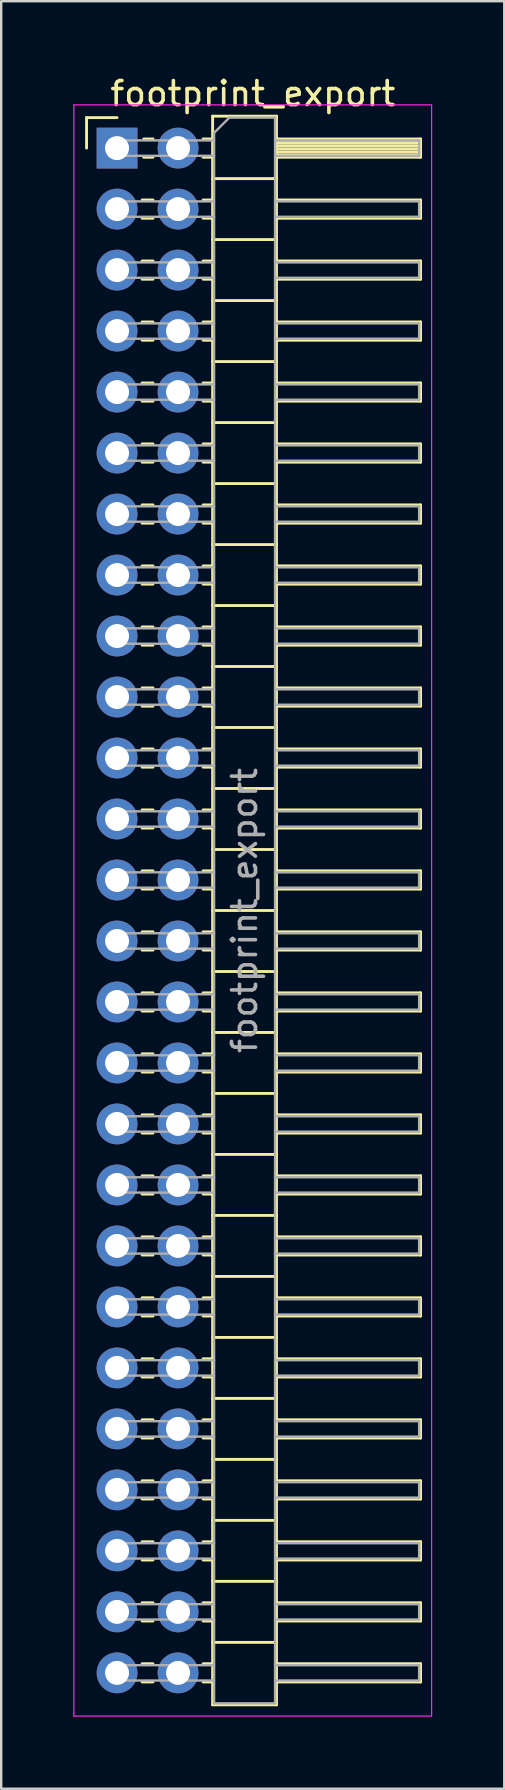
<source format=kicad_pcb>
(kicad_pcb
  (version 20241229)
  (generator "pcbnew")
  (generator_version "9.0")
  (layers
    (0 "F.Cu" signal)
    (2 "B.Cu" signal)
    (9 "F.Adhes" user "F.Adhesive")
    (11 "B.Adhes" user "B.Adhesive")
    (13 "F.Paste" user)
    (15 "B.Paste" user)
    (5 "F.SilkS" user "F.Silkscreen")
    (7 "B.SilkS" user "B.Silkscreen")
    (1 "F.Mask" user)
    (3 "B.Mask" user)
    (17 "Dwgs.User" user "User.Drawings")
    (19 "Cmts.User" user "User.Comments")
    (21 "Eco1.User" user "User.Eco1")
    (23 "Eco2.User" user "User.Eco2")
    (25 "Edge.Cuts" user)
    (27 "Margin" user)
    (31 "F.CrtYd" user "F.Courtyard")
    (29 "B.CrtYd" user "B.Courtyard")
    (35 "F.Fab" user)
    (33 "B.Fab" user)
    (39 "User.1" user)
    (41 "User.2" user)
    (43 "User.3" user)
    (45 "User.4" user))
  (footprint "footprint_export"
    (layer "F.Cu")
    (at 1.825 3.118)
    (property "Reference" "footprint_export" (at 5.655 -2.27 0) (layer "F.SilkS") (effects (font (size 1 1) (thickness 0.15))))
    (attr through_hole)
    (fp_line (start -1.27 -1.27) (end 0 -1.27) (stroke (width 0.12) (type solid)) (layer "F.SilkS"))
    (fp_line (start -1.27 0) (end -1.27 -1.27) (stroke (width 0.12) (type solid)) (layer "F.SilkS"))
    (fp_line (start 1.043 2.16) (end 1.497 2.16) (stroke (width 0.12) (type solid)) (layer "F.SilkS"))
    (fp_line (start 1.043 2.92) (end 1.497 2.92) (stroke (width 0.12) (type solid)) (layer "F.SilkS"))
    (fp_line (start 1.043 4.7) (end 1.497 4.7) (stroke (width 0.12) (type solid)) (layer "F.SilkS"))
    (fp_line (start 1.043 5.46) (end 1.497 5.46) (stroke (width 0.12) (type solid)) (layer "F.SilkS"))
    (fp_line (start 1.043 7.24) (end 1.497 7.24) (stroke (width 0.12) (type solid)) (layer "F.SilkS"))
    (fp_line (start 1.043 8) (end 1.497 8) (stroke (width 0.12) (type solid)) (layer "F.SilkS"))
    (fp_line (start 1.043 9.78) (end 1.497 9.78) (stroke (width 0.12) (type solid)) (layer "F.SilkS"))
    (fp_line (start 1.043 10.54) (end 1.497 10.54) (stroke (width 0.12) (type solid)) (layer "F.SilkS"))
    (fp_line (start 1.043 12.32) (end 1.497 12.32) (stroke (width 0.12) (type solid)) (layer "F.SilkS"))
    (fp_line (start 1.043 13.08) (end 1.497 13.08) (stroke (width 0.12) (type solid)) (layer "F.SilkS"))
    (fp_line (start 1.043 14.86) (end 1.497 14.86) (stroke (width 0.12) (type solid)) (layer "F.SilkS"))
    (fp_line (start 1.043 15.62) (end 1.497 15.62) (stroke (width 0.12) (type solid)) (layer "F.SilkS"))
    (fp_line (start 1.043 17.4) (end 1.497 17.4) (stroke (width 0.12) (type solid)) (layer "F.SilkS"))
    (fp_line (start 1.043 18.16) (end 1.497 18.16) (stroke (width 0.12) (type solid)) (layer "F.SilkS"))
    (fp_line (start 1.043 19.94) (end 1.497 19.94) (stroke (width 0.12) (type solid)) (layer "F.SilkS"))
    (fp_line (start 1.043 20.7) (end 1.497 20.7) (stroke (width 0.12) (type solid)) (layer "F.SilkS"))
    (fp_line (start 1.043 22.48) (end 1.497 22.48) (stroke (width 0.12) (type solid)) (layer "F.SilkS"))
    (fp_line (start 1.043 23.24) (end 1.497 23.24) (stroke (width 0.12) (type solid)) (layer "F.SilkS"))
    (fp_line (start 1.043 25.02) (end 1.497 25.02) (stroke (width 0.12) (type solid)) (layer "F.SilkS"))
    (fp_line (start 1.043 25.78) (end 1.497 25.78) (stroke (width 0.12) (type solid)) (layer "F.SilkS"))
    (fp_line (start 1.043 27.56) (end 1.497 27.56) (stroke (width 0.12) (type solid)) (layer "F.SilkS"))
    (fp_line (start 1.043 28.32) (end 1.497 28.32) (stroke (width 0.12) (type solid)) (layer "F.SilkS"))
    (fp_line (start 1.043 30.1) (end 1.497 30.1) (stroke (width 0.12) (type solid)) (layer "F.SilkS"))
    (fp_line (start 1.043 30.86) (end 1.497 30.86) (stroke (width 0.12) (type solid)) (layer "F.SilkS"))
    (fp_line (start 1.043 32.64) (end 1.497 32.64) (stroke (width 0.12) (type solid)) (layer "F.SilkS"))
    (fp_line (start 1.043 33.4) (end 1.497 33.4) (stroke (width 0.12) (type solid)) (layer "F.SilkS"))
    (fp_line (start 1.043 35.18) (end 1.497 35.18) (stroke (width 0.12) (type solid)) (layer "F.SilkS"))
    (fp_line (start 1.043 35.94) (end 1.497 35.94) (stroke (width 0.12) (type solid)) (layer "F.SilkS"))
    (fp_line (start 1.043 37.72) (end 1.497 37.72) (stroke (width 0.12) (type solid)) (layer "F.SilkS"))
    (fp_line (start 1.043 38.48) (end 1.497 38.48) (stroke (width 0.12) (type solid)) (layer "F.SilkS"))
    (fp_line (start 1.043 40.26) (end 1.497 40.26) (stroke (width 0.12) (type solid)) (layer "F.SilkS"))
    (fp_line (start 1.043 41.02) (end 1.497 41.02) (stroke (width 0.12) (type solid)) (layer "F.SilkS"))
    (fp_line (start 1.043 42.8) (end 1.497 42.8) (stroke (width 0.12) (type solid)) (layer "F.SilkS"))
    (fp_line (start 1.043 43.56) (end 1.497 43.56) (stroke (width 0.12) (type solid)) (layer "F.SilkS"))
    (fp_line (start 1.043 45.34) (end 1.497 45.34) (stroke (width 0.12) (type solid)) (layer "F.SilkS"))
    (fp_line (start 1.043 46.1) (end 1.497 46.1) (stroke (width 0.12) (type solid)) (layer "F.SilkS"))
    (fp_line (start 1.043 47.88) (end 1.497 47.88) (stroke (width 0.12) (type solid)) (layer "F.SilkS"))
    (fp_line (start 1.043 48.64) (end 1.497 48.64) (stroke (width 0.12) (type solid)) (layer "F.SilkS"))
    (fp_line (start 1.043 50.42) (end 1.497 50.42) (stroke (width 0.12) (type solid)) (layer "F.SilkS"))
    (fp_line (start 1.043 51.18) (end 1.497 51.18) (stroke (width 0.12) (type solid)) (layer "F.SilkS"))
    (fp_line (start 1.043 52.96) (end 1.497 52.96) (stroke (width 0.12) (type solid)) (layer "F.SilkS"))
    (fp_line (start 1.043 53.72) (end 1.497 53.72) (stroke (width 0.12) (type solid)) (layer "F.SilkS"))
    (fp_line (start 1.043 55.5) (end 1.497 55.5) (stroke (width 0.12) (type solid)) (layer "F.SilkS"))
    (fp_line (start 1.043 56.26) (end 1.497 56.26) (stroke (width 0.12) (type solid)) (layer "F.SilkS"))
    (fp_line (start 1.043 58.04) (end 1.497 58.04) (stroke (width 0.12) (type solid)) (layer "F.SilkS"))
    (fp_line (start 1.043 58.8) (end 1.497 58.8) (stroke (width 0.12) (type solid)) (layer "F.SilkS"))
    (fp_line (start 1.043 60.58) (end 1.497 60.58) (stroke (width 0.12) (type solid)) (layer "F.SilkS"))
    (fp_line (start 1.043 61.34) (end 1.497 61.34) (stroke (width 0.12) (type solid)) (layer "F.SilkS"))
    (fp_line (start 1.043 63.12) (end 1.497 63.12) (stroke (width 0.12) (type solid)) (layer "F.SilkS"))
    (fp_line (start 1.043 63.88) (end 1.497 63.88) (stroke (width 0.12) (type solid)) (layer "F.SilkS"))
    (fp_line (start 1.11 -0.38) (end 1.497 -0.38) (stroke (width 0.12) (type solid)) (layer "F.SilkS"))
    (fp_line (start 1.11 0.38) (end 1.497 0.38) (stroke (width 0.12) (type solid)) (layer "F.SilkS"))
    (fp_line (start 3.583 -0.38) (end 3.98 -0.38) (stroke (width 0.12) (type solid)) (layer "F.SilkS"))
    (fp_line (start 3.583 0.38) (end 3.98 0.38) (stroke (width 0.12) (type solid)) (layer "F.SilkS"))
    (fp_line (start 3.583 2.16) (end 3.98 2.16) (stroke (width 0.12) (type solid)) (layer "F.SilkS"))
    (fp_line (start 3.583 2.92) (end 3.98 2.92) (stroke (width 0.12) (type solid)) (layer "F.SilkS"))
    (fp_line (start 3.583 4.7) (end 3.98 4.7) (stroke (width 0.12) (type solid)) (layer "F.SilkS"))
    (fp_line (start 3.583 5.46) (end 3.98 5.46) (stroke (width 0.12) (type solid)) (layer "F.SilkS"))
    (fp_line (start 3.583 7.24) (end 3.98 7.24) (stroke (width 0.12) (type solid)) (layer "F.SilkS"))
    (fp_line (start 3.583 8) (end 3.98 8) (stroke (width 0.12) (type solid)) (layer "F.SilkS"))
    (fp_line (start 3.583 9.78) (end 3.98 9.78) (stroke (width 0.12) (type solid)) (layer "F.SilkS"))
    (fp_line (start 3.583 10.54) (end 3.98 10.54) (stroke (width 0.12) (type solid)) (layer "F.SilkS"))
    (fp_line (start 3.583 12.32) (end 3.98 12.32) (stroke (width 0.12) (type solid)) (layer "F.SilkS"))
    (fp_line (start 3.583 13.08) (end 3.98 13.08) (stroke (width 0.12) (type solid)) (layer "F.SilkS"))
    (fp_line (start 3.583 14.86) (end 3.98 14.86) (stroke (width 0.12) (type solid)) (layer "F.SilkS"))
    (fp_line (start 3.583 15.62) (end 3.98 15.62) (stroke (width 0.12) (type solid)) (layer "F.SilkS"))
    (fp_line (start 3.583 17.4) (end 3.98 17.4) (stroke (width 0.12) (type solid)) (layer "F.SilkS"))
    (fp_line (start 3.583 18.16) (end 3.98 18.16) (stroke (width 0.12) (type solid)) (layer "F.SilkS"))
    (fp_line (start 3.583 19.94) (end 3.98 19.94) (stroke (width 0.12) (type solid)) (layer "F.SilkS"))
    (fp_line (start 3.583 20.7) (end 3.98 20.7) (stroke (width 0.12) (type solid)) (layer "F.SilkS"))
    (fp_line (start 3.583 22.48) (end 3.98 22.48) (stroke (width 0.12) (type solid)) (layer "F.SilkS"))
    (fp_line (start 3.583 23.24) (end 3.98 23.24) (stroke (width 0.12) (type solid)) (layer "F.SilkS"))
    (fp_line (start 3.583 25.02) (end 3.98 25.02) (stroke (width 0.12) (type solid)) (layer "F.SilkS"))
    (fp_line (start 3.583 25.78) (end 3.98 25.78) (stroke (width 0.12) (type solid)) (layer "F.SilkS"))
    (fp_line (start 3.583 27.56) (end 3.98 27.56) (stroke (width 0.12) (type solid)) (layer "F.SilkS"))
    (fp_line (start 3.583 28.32) (end 3.98 28.32) (stroke (width 0.12) (type solid)) (layer "F.SilkS"))
    (fp_line (start 3.583 30.1) (end 3.98 30.1) (stroke (width 0.12) (type solid)) (layer "F.SilkS"))
    (fp_line (start 3.583 30.86) (end 3.98 30.86) (stroke (width 0.12) (type solid)) (layer "F.SilkS"))
    (fp_line (start 3.583 32.64) (end 3.98 32.64) (stroke (width 0.12) (type solid)) (layer "F.SilkS"))
    (fp_line (start 3.583 33.4) (end 3.98 33.4) (stroke (width 0.12) (type solid)) (layer "F.SilkS"))
    (fp_line (start 3.583 35.18) (end 3.98 35.18) (stroke (width 0.12) (type solid)) (layer "F.SilkS"))
    (fp_line (start 3.583 35.94) (end 3.98 35.94) (stroke (width 0.12) (type solid)) (layer "F.SilkS"))
    (fp_line (start 3.583 37.72) (end 3.98 37.72) (stroke (width 0.12) (type solid)) (layer "F.SilkS"))
    (fp_line (start 3.583 38.48) (end 3.98 38.48) (stroke (width 0.12) (type solid)) (layer "F.SilkS"))
    (fp_line (start 3.583 40.26) (end 3.98 40.26) (stroke (width 0.12) (type solid)) (layer "F.SilkS"))
    (fp_line (start 3.583 41.02) (end 3.98 41.02) (stroke (width 0.12) (type solid)) (layer "F.SilkS"))
    (fp_line (start 3.583 42.8) (end 3.98 42.8) (stroke (width 0.12) (type solid)) (layer "F.SilkS"))
    (fp_line (start 3.583 43.56) (end 3.98 43.56) (stroke (width 0.12) (type solid)) (layer "F.SilkS"))
    (fp_line (start 3.583 45.34) (end 3.98 45.34) (stroke (width 0.12) (type solid)) (layer "F.SilkS"))
    (fp_line (start 3.583 46.1) (end 3.98 46.1) (stroke (width 0.12) (type solid)) (layer "F.SilkS"))
    (fp_line (start 3.583 47.88) (end 3.98 47.88) (stroke (width 0.12) (type solid)) (layer "F.SilkS"))
    (fp_line (start 3.583 48.64) (end 3.98 48.64) (stroke (width 0.12) (type solid)) (layer "F.SilkS"))
    (fp_line (start 3.583 50.42) (end 3.98 50.42) (stroke (width 0.12) (type solid)) (layer "F.SilkS"))
    (fp_line (start 3.583 51.18) (end 3.98 51.18) (stroke (width 0.12) (type solid)) (layer "F.SilkS"))
    (fp_line (start 3.583 52.96) (end 3.98 52.96) (stroke (width 0.12) (type solid)) (layer "F.SilkS"))
    (fp_line (start 3.583 53.72) (end 3.98 53.72) (stroke (width 0.12) (type solid)) (layer "F.SilkS"))
    (fp_line (start 3.583 55.5) (end 3.98 55.5) (stroke (width 0.12) (type solid)) (layer "F.SilkS"))
    (fp_line (start 3.583 56.26) (end 3.98 56.26) (stroke (width 0.12) (type solid)) (layer "F.SilkS"))
    (fp_line (start 3.583 58.04) (end 3.98 58.04) (stroke (width 0.12) (type solid)) (layer "F.SilkS"))
    (fp_line (start 3.583 58.8) (end 3.98 58.8) (stroke (width 0.12) (type solid)) (layer "F.SilkS"))
    (fp_line (start 3.583 60.58) (end 3.98 60.58) (stroke (width 0.12) (type solid)) (layer "F.SilkS"))
    (fp_line (start 3.583 61.34) (end 3.98 61.34) (stroke (width 0.12) (type solid)) (layer "F.SilkS"))
    (fp_line (start 3.583 63.12) (end 3.98 63.12) (stroke (width 0.12) (type solid)) (layer "F.SilkS"))
    (fp_line (start 3.583 63.88) (end 3.98 63.88) (stroke (width 0.12) (type solid)) (layer "F.SilkS"))
    (fp_line (start 3.98 -1.33) (end 3.98 64.83) (stroke (width 0.12) (type solid)) (layer "F.SilkS"))
    (fp_line (start 3.98 1.27) (end 6.64 1.27) (stroke (width 0.12) (type solid)) (layer "F.SilkS"))
    (fp_line (start 3.98 3.81) (end 6.64 3.81) (stroke (width 0.12) (type solid)) (layer "F.SilkS"))
    (fp_line (start 3.98 6.35) (end 6.64 6.35) (stroke (width 0.12) (type solid)) (layer "F.SilkS"))
    (fp_line (start 3.98 8.89) (end 6.64 8.89) (stroke (width 0.12) (type solid)) (layer "F.SilkS"))
    (fp_line (start 3.98 11.43) (end 6.64 11.43) (stroke (width 0.12) (type solid)) (layer "F.SilkS"))
    (fp_line (start 3.98 13.97) (end 6.64 13.97) (stroke (width 0.12) (type solid)) (layer "F.SilkS"))
    (fp_line (start 3.98 16.51) (end 6.64 16.51) (stroke (width 0.12) (type solid)) (layer "F.SilkS"))
    (fp_line (start 3.98 19.05) (end 6.64 19.05) (stroke (width 0.12) (type solid)) (layer "F.SilkS"))
    (fp_line (start 3.98 21.59) (end 6.64 21.59) (stroke (width 0.12) (type solid)) (layer "F.SilkS"))
    (fp_line (start 3.98 24.13) (end 6.64 24.13) (stroke (width 0.12) (type solid)) (layer "F.SilkS"))
    (fp_line (start 3.98 26.67) (end 6.64 26.67) (stroke (width 0.12) (type solid)) (layer "F.SilkS"))
    (fp_line (start 3.98 29.21) (end 6.64 29.21) (stroke (width 0.12) (type solid)) (layer "F.SilkS"))
    (fp_line (start 3.98 31.75) (end 6.64 31.75) (stroke (width 0.12) (type solid)) (layer "F.SilkS"))
    (fp_line (start 3.98 34.29) (end 6.64 34.29) (stroke (width 0.12) (type solid)) (layer "F.SilkS"))
    (fp_line (start 3.98 36.83) (end 6.64 36.83) (stroke (width 0.12) (type solid)) (layer "F.SilkS"))
    (fp_line (start 3.98 39.37) (end 6.64 39.37) (stroke (width 0.12) (type solid)) (layer "F.SilkS"))
    (fp_line (start 3.98 41.91) (end 6.64 41.91) (stroke (width 0.12) (type solid)) (layer "F.SilkS"))
    (fp_line (start 3.98 44.45) (end 6.64 44.45) (stroke (width 0.12) (type solid)) (layer "F.SilkS"))
    (fp_line (start 3.98 46.99) (end 6.64 46.99) (stroke (width 0.12) (type solid)) (layer "F.SilkS"))
    (fp_line (start 3.98 49.53) (end 6.64 49.53) (stroke (width 0.12) (type solid)) (layer "F.SilkS"))
    (fp_line (start 3.98 52.07) (end 6.64 52.07) (stroke (width 0.12) (type solid)) (layer "F.SilkS"))
    (fp_line (start 3.98 54.61) (end 6.64 54.61) (stroke (width 0.12) (type solid)) (layer "F.SilkS"))
    (fp_line (start 3.98 57.15) (end 6.64 57.15) (stroke (width 0.12) (type solid)) (layer "F.SilkS"))
    (fp_line (start 3.98 59.69) (end 6.64 59.69) (stroke (width 0.12) (type solid)) (layer "F.SilkS"))
    (fp_line (start 3.98 62.23) (end 6.64 62.23) (stroke (width 0.12) (type solid)) (layer "F.SilkS"))
    (fp_line (start 3.98 64.83) (end 6.64 64.83) (stroke (width 0.12) (type solid)) (layer "F.SilkS"))
    (fp_line (start 6.64 -1.33) (end 3.98 -1.33) (stroke (width 0.12) (type solid)) (layer "F.SilkS"))
    (fp_line (start 6.64 -0.38) (end 12.64 -0.38) (stroke (width 0.12) (type solid)) (layer "F.SilkS"))
    (fp_line (start 6.64 -0.32) (end 12.64 -0.32) (stroke (width 0.12) (type solid)) (layer "F.SilkS"))
    (fp_line (start 6.64 -0.2) (end 12.64 -0.2) (stroke (width 0.12) (type solid)) (layer "F.SilkS"))
    (fp_line (start 6.64 -0.08) (end 12.64 -0.08) (stroke (width 0.12) (type solid)) (layer "F.SilkS"))
    (fp_line (start 6.64 0.04) (end 12.64 0.04) (stroke (width 0.12) (type solid)) (layer "F.SilkS"))
    (fp_line (start 6.64 0.16) (end 12.64 0.16) (stroke (width 0.12) (type solid)) (layer "F.SilkS"))
    (fp_line (start 6.64 0.28) (end 12.64 0.28) (stroke (width 0.12) (type solid)) (layer "F.SilkS"))
    (fp_line (start 6.64 2.16) (end 12.64 2.16) (stroke (width 0.12) (type solid)) (layer "F.SilkS"))
    (fp_line (start 6.64 4.7) (end 12.64 4.7) (stroke (width 0.12) (type solid)) (layer "F.SilkS"))
    (fp_line (start 6.64 7.24) (end 12.64 7.24) (stroke (width 0.12) (type solid)) (layer "F.SilkS"))
    (fp_line (start 6.64 9.78) (end 12.64 9.78) (stroke (width 0.12) (type solid)) (layer "F.SilkS"))
    (fp_line (start 6.64 12.32) (end 12.64 12.32) (stroke (width 0.12) (type solid)) (layer "F.SilkS"))
    (fp_line (start 6.64 14.86) (end 12.64 14.86) (stroke (width 0.12) (type solid)) (layer "F.SilkS"))
    (fp_line (start 6.64 17.4) (end 12.64 17.4) (stroke (width 0.12) (type solid)) (layer "F.SilkS"))
    (fp_line (start 6.64 19.94) (end 12.64 19.94) (stroke (width 0.12) (type solid)) (layer "F.SilkS"))
    (fp_line (start 6.64 22.48) (end 12.64 22.48) (stroke (width 0.12) (type solid)) (layer "F.SilkS"))
    (fp_line (start 6.64 25.02) (end 12.64 25.02) (stroke (width 0.12) (type solid)) (layer "F.SilkS"))
    (fp_line (start 6.64 27.56) (end 12.64 27.56) (stroke (width 0.12) (type solid)) (layer "F.SilkS"))
    (fp_line (start 6.64 30.1) (end 12.64 30.1) (stroke (width 0.12) (type solid)) (layer "F.SilkS"))
    (fp_line (start 6.64 32.64) (end 12.64 32.64) (stroke (width 0.12) (type solid)) (layer "F.SilkS"))
    (fp_line (start 6.64 35.18) (end 12.64 35.18) (stroke (width 0.12) (type solid)) (layer "F.SilkS"))
    (fp_line (start 6.64 37.72) (end 12.64 37.72) (stroke (width 0.12) (type solid)) (layer "F.SilkS"))
    (fp_line (start 6.64 40.26) (end 12.64 40.26) (stroke (width 0.12) (type solid)) (layer "F.SilkS"))
    (fp_line (start 6.64 42.8) (end 12.64 42.8) (stroke (width 0.12) (type solid)) (layer "F.SilkS"))
    (fp_line (start 6.64 45.34) (end 12.64 45.34) (stroke (width 0.12) (type solid)) (layer "F.SilkS"))
    (fp_line (start 6.64 47.88) (end 12.64 47.88) (stroke (width 0.12) (type solid)) (layer "F.SilkS"))
    (fp_line (start 6.64 50.42) (end 12.64 50.42) (stroke (width 0.12) (type solid)) (layer "F.SilkS"))
    (fp_line (start 6.64 52.96) (end 12.64 52.96) (stroke (width 0.12) (type solid)) (layer "F.SilkS"))
    (fp_line (start 6.64 55.5) (end 12.64 55.5) (stroke (width 0.12) (type solid)) (layer "F.SilkS"))
    (fp_line (start 6.64 58.04) (end 12.64 58.04) (stroke (width 0.12) (type solid)) (layer "F.SilkS"))
    (fp_line (start 6.64 60.58) (end 12.64 60.58) (stroke (width 0.12) (type solid)) (layer "F.SilkS"))
    (fp_line (start 6.64 63.12) (end 12.64 63.12) (stroke (width 0.12) (type solid)) (layer "F.SilkS"))
    (fp_line (start 6.64 64.83) (end 6.64 -1.33) (stroke (width 0.12) (type solid)) (layer "F.SilkS"))
    (fp_line (start 12.64 -0.38) (end 12.64 0.38) (stroke (width 0.12) (type solid)) (layer "F.SilkS"))
    (fp_line (start 12.64 0.38) (end 6.64 0.38) (stroke (width 0.12) (type solid)) (layer "F.SilkS"))
    (fp_line (start 12.64 2.16) (end 12.64 2.92) (stroke (width 0.12) (type solid)) (layer "F.SilkS"))
    (fp_line (start 12.64 2.92) (end 6.64 2.92) (stroke (width 0.12) (type solid)) (layer "F.SilkS"))
    (fp_line (start 12.64 4.7) (end 12.64 5.46) (stroke (width 0.12) (type solid)) (layer "F.SilkS"))
    (fp_line (start 12.64 5.46) (end 6.64 5.46) (stroke (width 0.12) (type solid)) (layer "F.SilkS"))
    (fp_line (start 12.64 7.24) (end 12.64 8) (stroke (width 0.12) (type solid)) (layer "F.SilkS"))
    (fp_line (start 12.64 8) (end 6.64 8) (stroke (width 0.12) (type solid)) (layer "F.SilkS"))
    (fp_line (start 12.64 9.78) (end 12.64 10.54) (stroke (width 0.12) (type solid)) (layer "F.SilkS"))
    (fp_line (start 12.64 10.54) (end 6.64 10.54) (stroke (width 0.12) (type solid)) (layer "F.SilkS"))
    (fp_line (start 12.64 12.32) (end 12.64 13.08) (stroke (width 0.12) (type solid)) (layer "F.SilkS"))
    (fp_line (start 12.64 13.08) (end 6.64 13.08) (stroke (width 0.12) (type solid)) (layer "F.SilkS"))
    (fp_line (start 12.64 14.86) (end 12.64 15.62) (stroke (width 0.12) (type solid)) (layer "F.SilkS"))
    (fp_line (start 12.64 15.62) (end 6.64 15.62) (stroke (width 0.12) (type solid)) (layer "F.SilkS"))
    (fp_line (start 12.64 17.4) (end 12.64 18.16) (stroke (width 0.12) (type solid)) (layer "F.SilkS"))
    (fp_line (start 12.64 18.16) (end 6.64 18.16) (stroke (width 0.12) (type solid)) (layer "F.SilkS"))
    (fp_line (start 12.64 19.94) (end 12.64 20.7) (stroke (width 0.12) (type solid)) (layer "F.SilkS"))
    (fp_line (start 12.64 20.7) (end 6.64 20.7) (stroke (width 0.12) (type solid)) (layer "F.SilkS"))
    (fp_line (start 12.64 22.48) (end 12.64 23.24) (stroke (width 0.12) (type solid)) (layer "F.SilkS"))
    (fp_line (start 12.64 23.24) (end 6.64 23.24) (stroke (width 0.12) (type solid)) (layer "F.SilkS"))
    (fp_line (start 12.64 25.02) (end 12.64 25.78) (stroke (width 0.12) (type solid)) (layer "F.SilkS"))
    (fp_line (start 12.64 25.78) (end 6.64 25.78) (stroke (width 0.12) (type solid)) (layer "F.SilkS"))
    (fp_line (start 12.64 27.56) (end 12.64 28.32) (stroke (width 0.12) (type solid)) (layer "F.SilkS"))
    (fp_line (start 12.64 28.32) (end 6.64 28.32) (stroke (width 0.12) (type solid)) (layer "F.SilkS"))
    (fp_line (start 12.64 30.1) (end 12.64 30.86) (stroke (width 0.12) (type solid)) (layer "F.SilkS"))
    (fp_line (start 12.64 30.86) (end 6.64 30.86) (stroke (width 0.12) (type solid)) (layer "F.SilkS"))
    (fp_line (start 12.64 32.64) (end 12.64 33.4) (stroke (width 0.12) (type solid)) (layer "F.SilkS"))
    (fp_line (start 12.64 33.4) (end 6.64 33.4) (stroke (width 0.12) (type solid)) (layer "F.SilkS"))
    (fp_line (start 12.64 35.18) (end 12.64 35.94) (stroke (width 0.12) (type solid)) (layer "F.SilkS"))
    (fp_line (start 12.64 35.94) (end 6.64 35.94) (stroke (width 0.12) (type solid)) (layer "F.SilkS"))
    (fp_line (start 12.64 37.72) (end 12.64 38.48) (stroke (width 0.12) (type solid)) (layer "F.SilkS"))
    (fp_line (start 12.64 38.48) (end 6.64 38.48) (stroke (width 0.12) (type solid)) (layer "F.SilkS"))
    (fp_line (start 12.64 40.26) (end 12.64 41.02) (stroke (width 0.12) (type solid)) (layer "F.SilkS"))
    (fp_line (start 12.64 41.02) (end 6.64 41.02) (stroke (width 0.12) (type solid)) (layer "F.SilkS"))
    (fp_line (start 12.64 42.8) (end 12.64 43.56) (stroke (width 0.12) (type solid)) (layer "F.SilkS"))
    (fp_line (start 12.64 43.56) (end 6.64 43.56) (stroke (width 0.12) (type solid)) (layer "F.SilkS"))
    (fp_line (start 12.64 45.34) (end 12.64 46.1) (stroke (width 0.12) (type solid)) (layer "F.SilkS"))
    (fp_line (start 12.64 46.1) (end 6.64 46.1) (stroke (width 0.12) (type solid)) (layer "F.SilkS"))
    (fp_line (start 12.64 47.88) (end 12.64 48.64) (stroke (width 0.12) (type solid)) (layer "F.SilkS"))
    (fp_line (start 12.64 48.64) (end 6.64 48.64) (stroke (width 0.12) (type solid)) (layer "F.SilkS"))
    (fp_line (start 12.64 50.42) (end 12.64 51.18) (stroke (width 0.12) (type solid)) (layer "F.SilkS"))
    (fp_line (start 12.64 51.18) (end 6.64 51.18) (stroke (width 0.12) (type solid)) (layer "F.SilkS"))
    (fp_line (start 12.64 52.96) (end 12.64 53.72) (stroke (width 0.12) (type solid)) (layer "F.SilkS"))
    (fp_line (start 12.64 53.72) (end 6.64 53.72) (stroke (width 0.12) (type solid)) (layer "F.SilkS"))
    (fp_line (start 12.64 55.5) (end 12.64 56.26) (stroke (width 0.12) (type solid)) (layer "F.SilkS"))
    (fp_line (start 12.64 56.26) (end 6.64 56.26) (stroke (width 0.12) (type solid)) (layer "F.SilkS"))
    (fp_line (start 12.64 58.04) (end 12.64 58.8) (stroke (width 0.12) (type solid)) (layer "F.SilkS"))
    (fp_line (start 12.64 58.8) (end 6.64 58.8) (stroke (width 0.12) (type solid)) (layer "F.SilkS"))
    (fp_line (start 12.64 60.58) (end 12.64 61.34) (stroke (width 0.12) (type solid)) (layer "F.SilkS"))
    (fp_line (start 12.64 61.34) (end 6.64 61.34) (stroke (width 0.12) (type solid)) (layer "F.SilkS"))
    (fp_line (start 12.64 63.12) (end 12.64 63.88) (stroke (width 0.12) (type solid)) (layer "F.SilkS"))
    (fp_line (start 12.64 63.88) (end 6.64 63.88) (stroke (width 0.12) (type solid)) (layer "F.SilkS"))
    (fp_line (start -1.8 -1.8) (end -1.8 65.3) (stroke (width 0.05) (type solid)) (layer "F.CrtYd"))
    (fp_line (start -1.8 65.3) (end 13.1 65.3) (stroke (width 0.05) (type solid)) (layer "F.CrtYd"))
    (fp_line (start 13.1 -1.8) (end -1.8 -1.8) (stroke (width 0.05) (type solid)) (layer "F.CrtYd"))
    (fp_line (start 13.1 65.3) (end 13.1 -1.8) (stroke (width 0.05) (type solid)) (layer "F.CrtYd"))
    (fp_line (start -0.32 -0.32) (end -0.32 0.32) (stroke (width 0.1) (type solid)) (layer "F.Fab"))
    (fp_line (start -0.32 -0.32) (end 4.04 -0.32) (stroke (width 0.1) (type solid)) (layer "F.Fab"))
    (fp_line (start -0.32 0.32) (end 4.04 0.32) (stroke (width 0.1) (type solid)) (layer "F.Fab"))
    (fp_line (start -0.32 2.22) (end -0.32 2.86) (stroke (width 0.1) (type solid)) (layer "F.Fab"))
    (fp_line (start -0.32 2.22) (end 4.04 2.22) (stroke (width 0.1) (type solid)) (layer "F.Fab"))
    (fp_line (start -0.32 2.86) (end 4.04 2.86) (stroke (width 0.1) (type solid)) (layer "F.Fab"))
    (fp_line (start -0.32 4.76) (end -0.32 5.4) (stroke (width 0.1) (type solid)) (layer "F.Fab"))
    (fp_line (start -0.32 4.76) (end 4.04 4.76) (stroke (width 0.1) (type solid)) (layer "F.Fab"))
    (fp_line (start -0.32 5.4) (end 4.04 5.4) (stroke (width 0.1) (type solid)) (layer "F.Fab"))
    (fp_line (start -0.32 7.3) (end -0.32 7.94) (stroke (width 0.1) (type solid)) (layer "F.Fab"))
    (fp_line (start -0.32 7.3) (end 4.04 7.3) (stroke (width 0.1) (type solid)) (layer "F.Fab"))
    (fp_line (start -0.32 7.94) (end 4.04 7.94) (stroke (width 0.1) (type solid)) (layer "F.Fab"))
    (fp_line (start -0.32 9.84) (end -0.32 10.48) (stroke (width 0.1) (type solid)) (layer "F.Fab"))
    (fp_line (start -0.32 9.84) (end 4.04 9.84) (stroke (width 0.1) (type solid)) (layer "F.Fab"))
    (fp_line (start -0.32 10.48) (end 4.04 10.48) (stroke (width 0.1) (type solid)) (layer "F.Fab"))
    (fp_line (start -0.32 12.38) (end -0.32 13.02) (stroke (width 0.1) (type solid)) (layer "F.Fab"))
    (fp_line (start -0.32 12.38) (end 4.04 12.38) (stroke (width 0.1) (type solid)) (layer "F.Fab"))
    (fp_line (start -0.32 13.02) (end 4.04 13.02) (stroke (width 0.1) (type solid)) (layer "F.Fab"))
    (fp_line (start -0.32 14.92) (end -0.32 15.56) (stroke (width 0.1) (type solid)) (layer "F.Fab"))
    (fp_line (start -0.32 14.92) (end 4.04 14.92) (stroke (width 0.1) (type solid)) (layer "F.Fab"))
    (fp_line (start -0.32 15.56) (end 4.04 15.56) (stroke (width 0.1) (type solid)) (layer "F.Fab"))
    (fp_line (start -0.32 17.46) (end -0.32 18.1) (stroke (width 0.1) (type solid)) (layer "F.Fab"))
    (fp_line (start -0.32 17.46) (end 4.04 17.46) (stroke (width 0.1) (type solid)) (layer "F.Fab"))
    (fp_line (start -0.32 18.1) (end 4.04 18.1) (stroke (width 0.1) (type solid)) (layer "F.Fab"))
    (fp_line (start -0.32 20) (end -0.32 20.64) (stroke (width 0.1) (type solid)) (layer "F.Fab"))
    (fp_line (start -0.32 20) (end 4.04 20) (stroke (width 0.1) (type solid)) (layer "F.Fab"))
    (fp_line (start -0.32 20.64) (end 4.04 20.64) (stroke (width 0.1) (type solid)) (layer "F.Fab"))
    (fp_line (start -0.32 22.54) (end -0.32 23.18) (stroke (width 0.1) (type solid)) (layer "F.Fab"))
    (fp_line (start -0.32 22.54) (end 4.04 22.54) (stroke (width 0.1) (type solid)) (layer "F.Fab"))
    (fp_line (start -0.32 23.18) (end 4.04 23.18) (stroke (width 0.1) (type solid)) (layer "F.Fab"))
    (fp_line (start -0.32 25.08) (end -0.32 25.72) (stroke (width 0.1) (type solid)) (layer "F.Fab"))
    (fp_line (start -0.32 25.08) (end 4.04 25.08) (stroke (width 0.1) (type solid)) (layer "F.Fab"))
    (fp_line (start -0.32 25.72) (end 4.04 25.72) (stroke (width 0.1) (type solid)) (layer "F.Fab"))
    (fp_line (start -0.32 27.62) (end -0.32 28.26) (stroke (width 0.1) (type solid)) (layer "F.Fab"))
    (fp_line (start -0.32 27.62) (end 4.04 27.62) (stroke (width 0.1) (type solid)) (layer "F.Fab"))
    (fp_line (start -0.32 28.26) (end 4.04 28.26) (stroke (width 0.1) (type solid)) (layer "F.Fab"))
    (fp_line (start -0.32 30.16) (end -0.32 30.8) (stroke (width 0.1) (type solid)) (layer "F.Fab"))
    (fp_line (start -0.32 30.16) (end 4.04 30.16) (stroke (width 0.1) (type solid)) (layer "F.Fab"))
    (fp_line (start -0.32 30.8) (end 4.04 30.8) (stroke (width 0.1) (type solid)) (layer "F.Fab"))
    (fp_line (start -0.32 32.7) (end -0.32 33.34) (stroke (width 0.1) (type solid)) (layer "F.Fab"))
    (fp_line (start -0.32 32.7) (end 4.04 32.7) (stroke (width 0.1) (type solid)) (layer "F.Fab"))
    (fp_line (start -0.32 33.34) (end 4.04 33.34) (stroke (width 0.1) (type solid)) (layer "F.Fab"))
    (fp_line (start -0.32 35.24) (end -0.32 35.88) (stroke (width 0.1) (type solid)) (layer "F.Fab"))
    (fp_line (start -0.32 35.24) (end 4.04 35.24) (stroke (width 0.1) (type solid)) (layer "F.Fab"))
    (fp_line (start -0.32 35.88) (end 4.04 35.88) (stroke (width 0.1) (type solid)) (layer "F.Fab"))
    (fp_line (start -0.32 37.78) (end -0.32 38.42) (stroke (width 0.1) (type solid)) (layer "F.Fab"))
    (fp_line (start -0.32 37.78) (end 4.04 37.78) (stroke (width 0.1) (type solid)) (layer "F.Fab"))
    (fp_line (start -0.32 38.42) (end 4.04 38.42) (stroke (width 0.1) (type solid)) (layer "F.Fab"))
    (fp_line (start -0.32 40.32) (end -0.32 40.96) (stroke (width 0.1) (type solid)) (layer "F.Fab"))
    (fp_line (start -0.32 40.32) (end 4.04 40.32) (stroke (width 0.1) (type solid)) (layer "F.Fab"))
    (fp_line (start -0.32 40.96) (end 4.04 40.96) (stroke (width 0.1) (type solid)) (layer "F.Fab"))
    (fp_line (start -0.32 42.86) (end -0.32 43.5) (stroke (width 0.1) (type solid)) (layer "F.Fab"))
    (fp_line (start -0.32 42.86) (end 4.04 42.86) (stroke (width 0.1) (type solid)) (layer "F.Fab"))
    (fp_line (start -0.32 43.5) (end 4.04 43.5) (stroke (width 0.1) (type solid)) (layer "F.Fab"))
    (fp_line (start -0.32 45.4) (end -0.32 46.04) (stroke (width 0.1) (type solid)) (layer "F.Fab"))
    (fp_line (start -0.32 45.4) (end 4.04 45.4) (stroke (width 0.1) (type solid)) (layer "F.Fab"))
    (fp_line (start -0.32 46.04) (end 4.04 46.04) (stroke (width 0.1) (type solid)) (layer "F.Fab"))
    (fp_line (start -0.32 47.94) (end -0.32 48.58) (stroke (width 0.1) (type solid)) (layer "F.Fab"))
    (fp_line (start -0.32 47.94) (end 4.04 47.94) (stroke (width 0.1) (type solid)) (layer "F.Fab"))
    (fp_line (start -0.32 48.58) (end 4.04 48.58) (stroke (width 0.1) (type solid)) (layer "F.Fab"))
    (fp_line (start -0.32 50.48) (end -0.32 51.12) (stroke (width 0.1) (type solid)) (layer "F.Fab"))
    (fp_line (start -0.32 50.48) (end 4.04 50.48) (stroke (width 0.1) (type solid)) (layer "F.Fab"))
    (fp_line (start -0.32 51.12) (end 4.04 51.12) (stroke (width 0.1) (type solid)) (layer "F.Fab"))
    (fp_line (start -0.32 53.02) (end -0.32 53.66) (stroke (width 0.1) (type solid)) (layer "F.Fab"))
    (fp_line (start -0.32 53.02) (end 4.04 53.02) (stroke (width 0.1) (type solid)) (layer "F.Fab"))
    (fp_line (start -0.32 53.66) (end 4.04 53.66) (stroke (width 0.1) (type solid)) (layer "F.Fab"))
    (fp_line (start -0.32 55.56) (end -0.32 56.2) (stroke (width 0.1) (type solid)) (layer "F.Fab"))
    (fp_line (start -0.32 55.56) (end 4.04 55.56) (stroke (width 0.1) (type solid)) (layer "F.Fab"))
    (fp_line (start -0.32 56.2) (end 4.04 56.2) (stroke (width 0.1) (type solid)) (layer "F.Fab"))
    (fp_line (start -0.32 58.1) (end -0.32 58.74) (stroke (width 0.1) (type solid)) (layer "F.Fab"))
    (fp_line (start -0.32 58.1) (end 4.04 58.1) (stroke (width 0.1) (type solid)) (layer "F.Fab"))
    (fp_line (start -0.32 58.74) (end 4.04 58.74) (stroke (width 0.1) (type solid)) (layer "F.Fab"))
    (fp_line (start -0.32 60.64) (end -0.32 61.28) (stroke (width 0.1) (type solid)) (layer "F.Fab"))
    (fp_line (start -0.32 60.64) (end 4.04 60.64) (stroke (width 0.1) (type solid)) (layer "F.Fab"))
    (fp_line (start -0.32 61.28) (end 4.04 61.28) (stroke (width 0.1) (type solid)) (layer "F.Fab"))
    (fp_line (start -0.32 63.18) (end -0.32 63.82) (stroke (width 0.1) (type solid)) (layer "F.Fab"))
    (fp_line (start -0.32 63.18) (end 4.04 63.18) (stroke (width 0.1) (type solid)) (layer "F.Fab"))
    (fp_line (start -0.32 63.82) (end 4.04 63.82) (stroke (width 0.1) (type solid)) (layer "F.Fab"))
    (fp_line (start 4.04 -0.635) (end 4.675 -1.27) (stroke (width 0.1) (type solid)) (layer "F.Fab"))
    (fp_line (start 4.04 64.77) (end 4.04 -0.635) (stroke (width 0.1) (type solid)) (layer "F.Fab"))
    (fp_line (start 4.675 -1.27) (end 6.58 -1.27) (stroke (width 0.1) (type solid)) (layer "F.Fab"))
    (fp_line (start 6.58 -1.27) (end 6.58 64.77) (stroke (width 0.1) (type solid)) (layer "F.Fab"))
    (fp_line (start 6.58 -0.32) (end 12.58 -0.32) (stroke (width 0.1) (type solid)) (layer "F.Fab"))
    (fp_line (start 6.58 0.32) (end 12.58 0.32) (stroke (width 0.1) (type solid)) (layer "F.Fab"))
    (fp_line (start 6.58 2.22) (end 12.58 2.22) (stroke (width 0.1) (type solid)) (layer "F.Fab"))
    (fp_line (start 6.58 2.86) (end 12.58 2.86) (stroke (width 0.1) (type solid)) (layer "F.Fab"))
    (fp_line (start 6.58 4.76) (end 12.58 4.76) (stroke (width 0.1) (type solid)) (layer "F.Fab"))
    (fp_line (start 6.58 5.4) (end 12.58 5.4) (stroke (width 0.1) (type solid)) (layer "F.Fab"))
    (fp_line (start 6.58 7.3) (end 12.58 7.3) (stroke (width 0.1) (type solid)) (layer "F.Fab"))
    (fp_line (start 6.58 7.94) (end 12.58 7.94) (stroke (width 0.1) (type solid)) (layer "F.Fab"))
    (fp_line (start 6.58 9.84) (end 12.58 9.84) (stroke (width 0.1) (type solid)) (layer "F.Fab"))
    (fp_line (start 6.58 10.48) (end 12.58 10.48) (stroke (width 0.1) (type solid)) (layer "F.Fab"))
    (fp_line (start 6.58 12.38) (end 12.58 12.38) (stroke (width 0.1) (type solid)) (layer "F.Fab"))
    (fp_line (start 6.58 13.02) (end 12.58 13.02) (stroke (width 0.1) (type solid)) (layer "F.Fab"))
    (fp_line (start 6.58 14.92) (end 12.58 14.92) (stroke (width 0.1) (type solid)) (layer "F.Fab"))
    (fp_line (start 6.58 15.56) (end 12.58 15.56) (stroke (width 0.1) (type solid)) (layer "F.Fab"))
    (fp_line (start 6.58 17.46) (end 12.58 17.46) (stroke (width 0.1) (type solid)) (layer "F.Fab"))
    (fp_line (start 6.58 18.1) (end 12.58 18.1) (stroke (width 0.1) (type solid)) (layer "F.Fab"))
    (fp_line (start 6.58 20) (end 12.58 20) (stroke (width 0.1) (type solid)) (layer "F.Fab"))
    (fp_line (start 6.58 20.64) (end 12.58 20.64) (stroke (width 0.1) (type solid)) (layer "F.Fab"))
    (fp_line (start 6.58 22.54) (end 12.58 22.54) (stroke (width 0.1) (type solid)) (layer "F.Fab"))
    (fp_line (start 6.58 23.18) (end 12.58 23.18) (stroke (width 0.1) (type solid)) (layer "F.Fab"))
    (fp_line (start 6.58 25.08) (end 12.58 25.08) (stroke (width 0.1) (type solid)) (layer "F.Fab"))
    (fp_line (start 6.58 25.72) (end 12.58 25.72) (stroke (width 0.1) (type solid)) (layer "F.Fab"))
    (fp_line (start 6.58 27.62) (end 12.58 27.62) (stroke (width 0.1) (type solid)) (layer "F.Fab"))
    (fp_line (start 6.58 28.26) (end 12.58 28.26) (stroke (width 0.1) (type solid)) (layer "F.Fab"))
    (fp_line (start 6.58 30.16) (end 12.58 30.16) (stroke (width 0.1) (type solid)) (layer "F.Fab"))
    (fp_line (start 6.58 30.8) (end 12.58 30.8) (stroke (width 0.1) (type solid)) (layer "F.Fab"))
    (fp_line (start 6.58 32.7) (end 12.58 32.7) (stroke (width 0.1) (type solid)) (layer "F.Fab"))
    (fp_line (start 6.58 33.34) (end 12.58 33.34) (stroke (width 0.1) (type solid)) (layer "F.Fab"))
    (fp_line (start 6.58 35.24) (end 12.58 35.24) (stroke (width 0.1) (type solid)) (layer "F.Fab"))
    (fp_line (start 6.58 35.88) (end 12.58 35.88) (stroke (width 0.1) (type solid)) (layer "F.Fab"))
    (fp_line (start 6.58 37.78) (end 12.58 37.78) (stroke (width 0.1) (type solid)) (layer "F.Fab"))
    (fp_line (start 6.58 38.42) (end 12.58 38.42) (stroke (width 0.1) (type solid)) (layer "F.Fab"))
    (fp_line (start 6.58 40.32) (end 12.58 40.32) (stroke (width 0.1) (type solid)) (layer "F.Fab"))
    (fp_line (start 6.58 40.96) (end 12.58 40.96) (stroke (width 0.1) (type solid)) (layer "F.Fab"))
    (fp_line (start 6.58 42.86) (end 12.58 42.86) (stroke (width 0.1) (type solid)) (layer "F.Fab"))
    (fp_line (start 6.58 43.5) (end 12.58 43.5) (stroke (width 0.1) (type solid)) (layer "F.Fab"))
    (fp_line (start 6.58 45.4) (end 12.58 45.4) (stroke (width 0.1) (type solid)) (layer "F.Fab"))
    (fp_line (start 6.58 46.04) (end 12.58 46.04) (stroke (width 0.1) (type solid)) (layer "F.Fab"))
    (fp_line (start 6.58 47.94) (end 12.58 47.94) (stroke (width 0.1) (type solid)) (layer "F.Fab"))
    (fp_line (start 6.58 48.58) (end 12.58 48.58) (stroke (width 0.1) (type solid)) (layer "F.Fab"))
    (fp_line (start 6.58 50.48) (end 12.58 50.48) (stroke (width 0.1) (type solid)) (layer "F.Fab"))
    (fp_line (start 6.58 51.12) (end 12.58 51.12) (stroke (width 0.1) (type solid)) (layer "F.Fab"))
    (fp_line (start 6.58 53.02) (end 12.58 53.02) (stroke (width 0.1) (type solid)) (layer "F.Fab"))
    (fp_line (start 6.58 53.66) (end 12.58 53.66) (stroke (width 0.1) (type solid)) (layer "F.Fab"))
    (fp_line (start 6.58 55.56) (end 12.58 55.56) (stroke (width 0.1) (type solid)) (layer "F.Fab"))
    (fp_line (start 6.58 56.2) (end 12.58 56.2) (stroke (width 0.1) (type solid)) (layer "F.Fab"))
    (fp_line (start 6.58 58.1) (end 12.58 58.1) (stroke (width 0.1) (type solid)) (layer "F.Fab"))
    (fp_line (start 6.58 58.74) (end 12.58 58.74) (stroke (width 0.1) (type solid)) (layer "F.Fab"))
    (fp_line (start 6.58 60.64) (end 12.58 60.64) (stroke (width 0.1) (type solid)) (layer "F.Fab"))
    (fp_line (start 6.58 61.28) (end 12.58 61.28) (stroke (width 0.1) (type solid)) (layer "F.Fab"))
    (fp_line (start 6.58 63.18) (end 12.58 63.18) (stroke (width 0.1) (type solid)) (layer "F.Fab"))
    (fp_line (start 6.58 63.82) (end 12.58 63.82) (stroke (width 0.1) (type solid)) (layer "F.Fab"))
    (fp_line (start 6.58 64.77) (end 4.04 64.77) (stroke (width 0.1) (type solid)) (layer "F.Fab"))
    (fp_line (start 12.58 -0.32) (end 12.58 0.32) (stroke (width 0.1) (type solid)) (layer "F.Fab"))
    (fp_line (start 12.58 2.22) (end 12.58 2.86) (stroke (width 0.1) (type solid)) (layer "F.Fab"))
    (fp_line (start 12.58 4.76) (end 12.58 5.4) (stroke (width 0.1) (type solid)) (layer "F.Fab"))
    (fp_line (start 12.58 7.3) (end 12.58 7.94) (stroke (width 0.1) (type solid)) (layer "F.Fab"))
    (fp_line (start 12.58 9.84) (end 12.58 10.48) (stroke (width 0.1) (type solid)) (layer "F.Fab"))
    (fp_line (start 12.58 12.38) (end 12.58 13.02) (stroke (width 0.1) (type solid)) (layer "F.Fab"))
    (fp_line (start 12.58 14.92) (end 12.58 15.56) (stroke (width 0.1) (type solid)) (layer "F.Fab"))
    (fp_line (start 12.58 17.46) (end 12.58 18.1) (stroke (width 0.1) (type solid)) (layer "F.Fab"))
    (fp_line (start 12.58 20) (end 12.58 20.64) (stroke (width 0.1) (type solid)) (layer "F.Fab"))
    (fp_line (start 12.58 22.54) (end 12.58 23.18) (stroke (width 0.1) (type solid)) (layer "F.Fab"))
    (fp_line (start 12.58 25.08) (end 12.58 25.72) (stroke (width 0.1) (type solid)) (layer "F.Fab"))
    (fp_line (start 12.58 27.62) (end 12.58 28.26) (stroke (width 0.1) (type solid)) (layer "F.Fab"))
    (fp_line (start 12.58 30.16) (end 12.58 30.8) (stroke (width 0.1) (type solid)) (layer "F.Fab"))
    (fp_line (start 12.58 32.7) (end 12.58 33.34) (stroke (width 0.1) (type solid)) (layer "F.Fab"))
    (fp_line (start 12.58 35.24) (end 12.58 35.88) (stroke (width 0.1) (type solid)) (layer "F.Fab"))
    (fp_line (start 12.58 37.78) (end 12.58 38.42) (stroke (width 0.1) (type solid)) (layer "F.Fab"))
    (fp_line (start 12.58 40.32) (end 12.58 40.96) (stroke (width 0.1) (type solid)) (layer "F.Fab"))
    (fp_line (start 12.58 42.86) (end 12.58 43.5) (stroke (width 0.1) (type solid)) (layer "F.Fab"))
    (fp_line (start 12.58 45.4) (end 12.58 46.04) (stroke (width 0.1) (type solid)) (layer "F.Fab"))
    (fp_line (start 12.58 47.94) (end 12.58 48.58) (stroke (width 0.1) (type solid)) (layer "F.Fab"))
    (fp_line (start 12.58 50.48) (end 12.58 51.12) (stroke (width 0.1) (type solid)) (layer "F.Fab"))
    (fp_line (start 12.58 53.02) (end 12.58 53.66) (stroke (width 0.1) (type solid)) (layer "F.Fab"))
    (fp_line (start 12.58 55.56) (end 12.58 56.2) (stroke (width 0.1) (type solid)) (layer "F.Fab"))
    (fp_line (start 12.58 58.1) (end 12.58 58.74) (stroke (width 0.1) (type solid)) (layer "F.Fab"))
    (fp_line (start 12.58 60.64) (end 12.58 61.28) (stroke (width 0.1) (type solid)) (layer "F.Fab"))
    (fp_line (start 12.58 63.18) (end 12.58 63.82) (stroke (width 0.1) (type solid)) (layer "F.Fab"))
    (fp_text user "${REFERENCE}" (at 5.31 31.75 90) (layer "F.Fab") (effects (font (size 1 1) (thickness 0.15))))
    (pad "1" thru_hole rect (at 0 0) (size 1.7 1.7) (drill 1) (layers "*.Cu" "*.Mask"))
    (pad "2" thru_hole oval (at 2.54 0) (size 1.7 1.7) (drill 1) (layers "*.Cu" "*.Mask"))
    (pad "3" thru_hole oval (at 0 2.54) (size 1.7 1.7) (drill 1) (layers "*.Cu" "*.Mask"))
    (pad "4" thru_hole oval (at 2.54 2.54) (size 1.7 1.7) (drill 1) (layers "*.Cu" "*.Mask"))
    (pad "5" thru_hole oval (at 0 5.08) (size 1.7 1.7) (drill 1) (layers "*.Cu" "*.Mask"))
    (pad "6" thru_hole oval (at 2.54 5.08) (size 1.7 1.7) (drill 1) (layers "*.Cu" "*.Mask"))
    (pad "7" thru_hole oval (at 0 7.62) (size 1.7 1.7) (drill 1) (layers "*.Cu" "*.Mask"))
    (pad "8" thru_hole oval (at 2.54 7.62) (size 1.7 1.7) (drill 1) (layers "*.Cu" "*.Mask"))
    (pad "9" thru_hole oval (at 0 10.16) (size 1.7 1.7) (drill 1) (layers "*.Cu" "*.Mask"))
    (pad "10" thru_hole oval (at 2.54 10.16) (size 1.7 1.7) (drill 1) (layers "*.Cu" "*.Mask"))
    (pad "11" thru_hole oval (at 0 12.7) (size 1.7 1.7) (drill 1) (layers "*.Cu" "*.Mask"))
    (pad "12" thru_hole oval (at 2.54 12.7) (size 1.7 1.7) (drill 1) (layers "*.Cu" "*.Mask"))
    (pad "13" thru_hole oval (at 0 15.24) (size 1.7 1.7) (drill 1) (layers "*.Cu" "*.Mask"))
    (pad "14" thru_hole oval (at 2.54 15.24) (size 1.7 1.7) (drill 1) (layers "*.Cu" "*.Mask"))
    (pad "15" thru_hole oval (at 0 17.78) (size 1.7 1.7) (drill 1) (layers "*.Cu" "*.Mask"))
    (pad "16" thru_hole oval (at 2.54 17.78) (size 1.7 1.7) (drill 1) (layers "*.Cu" "*.Mask"))
    (pad "17" thru_hole oval (at 0 20.32) (size 1.7 1.7) (drill 1) (layers "*.Cu" "*.Mask"))
    (pad "18" thru_hole oval (at 2.54 20.32) (size 1.7 1.7) (drill 1) (layers "*.Cu" "*.Mask"))
    (pad "19" thru_hole oval (at 0 22.86) (size 1.7 1.7) (drill 1) (layers "*.Cu" "*.Mask"))
    (pad "20" thru_hole oval (at 2.54 22.86) (size 1.7 1.7) (drill 1) (layers "*.Cu" "*.Mask"))
    (pad "21" thru_hole oval (at 0 25.4) (size 1.7 1.7) (drill 1) (layers "*.Cu" "*.Mask"))
    (pad "22" thru_hole oval (at 2.54 25.4) (size 1.7 1.7) (drill 1) (layers "*.Cu" "*.Mask"))
    (pad "23" thru_hole oval (at 0 27.94) (size 1.7 1.7) (drill 1) (layers "*.Cu" "*.Mask"))
    (pad "24" thru_hole oval (at 2.54 27.94) (size 1.7 1.7) (drill 1) (layers "*.Cu" "*.Mask"))
    (pad "25" thru_hole oval (at 0 30.48) (size 1.7 1.7) (drill 1) (layers "*.Cu" "*.Mask"))
    (pad "26" thru_hole oval (at 2.54 30.48) (size 1.7 1.7) (drill 1) (layers "*.Cu" "*.Mask"))
    (pad "27" thru_hole oval (at 0 33.02) (size 1.7 1.7) (drill 1) (layers "*.Cu" "*.Mask"))
    (pad "28" thru_hole oval (at 2.54 33.02) (size 1.7 1.7) (drill 1) (layers "*.Cu" "*.Mask"))
    (pad "29" thru_hole oval (at 0 35.56) (size 1.7 1.7) (drill 1) (layers "*.Cu" "*.Mask"))
    (pad "30" thru_hole oval (at 2.54 35.56) (size 1.7 1.7) (drill 1) (layers "*.Cu" "*.Mask"))
    (pad "31" thru_hole oval (at 0 38.1) (size 1.7 1.7) (drill 1) (layers "*.Cu" "*.Mask"))
    (pad "32" thru_hole oval (at 2.54 38.1) (size 1.7 1.7) (drill 1) (layers "*.Cu" "*.Mask"))
    (pad "33" thru_hole oval (at 0 40.64) (size 1.7 1.7) (drill 1) (layers "*.Cu" "*.Mask"))
    (pad "34" thru_hole oval (at 2.54 40.64) (size 1.7 1.7) (drill 1) (layers "*.Cu" "*.Mask"))
    (pad "35" thru_hole oval (at 0 43.18) (size 1.7 1.7) (drill 1) (layers "*.Cu" "*.Mask"))
    (pad "36" thru_hole oval (at 2.54 43.18) (size 1.7 1.7) (drill 1) (layers "*.Cu" "*.Mask"))
    (pad "37" thru_hole oval (at 0 45.72) (size 1.7 1.7) (drill 1) (layers "*.Cu" "*.Mask"))
    (pad "38" thru_hole oval (at 2.54 45.72) (size 1.7 1.7) (drill 1) (layers "*.Cu" "*.Mask"))
    (pad "39" thru_hole oval (at 0 48.26) (size 1.7 1.7) (drill 1) (layers "*.Cu" "*.Mask"))
    (pad "40" thru_hole oval (at 2.54 48.26) (size 1.7 1.7) (drill 1) (layers "*.Cu" "*.Mask"))
    (pad "41" thru_hole oval (at 0 50.8) (size 1.7 1.7) (drill 1) (layers "*.Cu" "*.Mask"))
    (pad "42" thru_hole oval (at 2.54 50.8) (size 1.7 1.7) (drill 1) (layers "*.Cu" "*.Mask"))
    (pad "43" thru_hole oval (at 0 53.34) (size 1.7 1.7) (drill 1) (layers "*.Cu" "*.Mask"))
    (pad "44" thru_hole oval (at 2.54 53.34) (size 1.7 1.7) (drill 1) (layers "*.Cu" "*.Mask"))
    (pad "45" thru_hole oval (at 0 55.88) (size 1.7 1.7) (drill 1) (layers "*.Cu" "*.Mask"))
    (pad "46" thru_hole oval (at 2.54 55.88) (size 1.7 1.7) (drill 1) (layers "*.Cu" "*.Mask"))
    (pad "47" thru_hole oval (at 0 58.42) (size 1.7 1.7) (drill 1) (layers "*.Cu" "*.Mask"))
    (pad "48" thru_hole oval (at 2.54 58.42) (size 1.7 1.7) (drill 1) (layers "*.Cu" "*.Mask"))
    (pad "49" thru_hole oval (at 0 60.96) (size 1.7 1.7) (drill 1) (layers "*.Cu" "*.Mask"))
    (pad "50" thru_hole oval (at 2.54 60.96) (size 1.7 1.7) (drill 1) (layers "*.Cu" "*.Mask"))
    (pad "51" thru_hole oval (at 0 63.5) (size 1.7 1.7) (drill 1) (layers "*.Cu" "*.Mask"))
    (pad "52" thru_hole oval (at 2.54 63.5) (size 1.7 1.7) (drill 1) (layers "*.Cu" "*.Mask")))
  (gr_rect
    (start -3 -3)
    (end 17.95 71.443)
    (stroke (width 0.1) (type default))
    (fill no)
    (layer "Edge.Cuts")))
</source>
